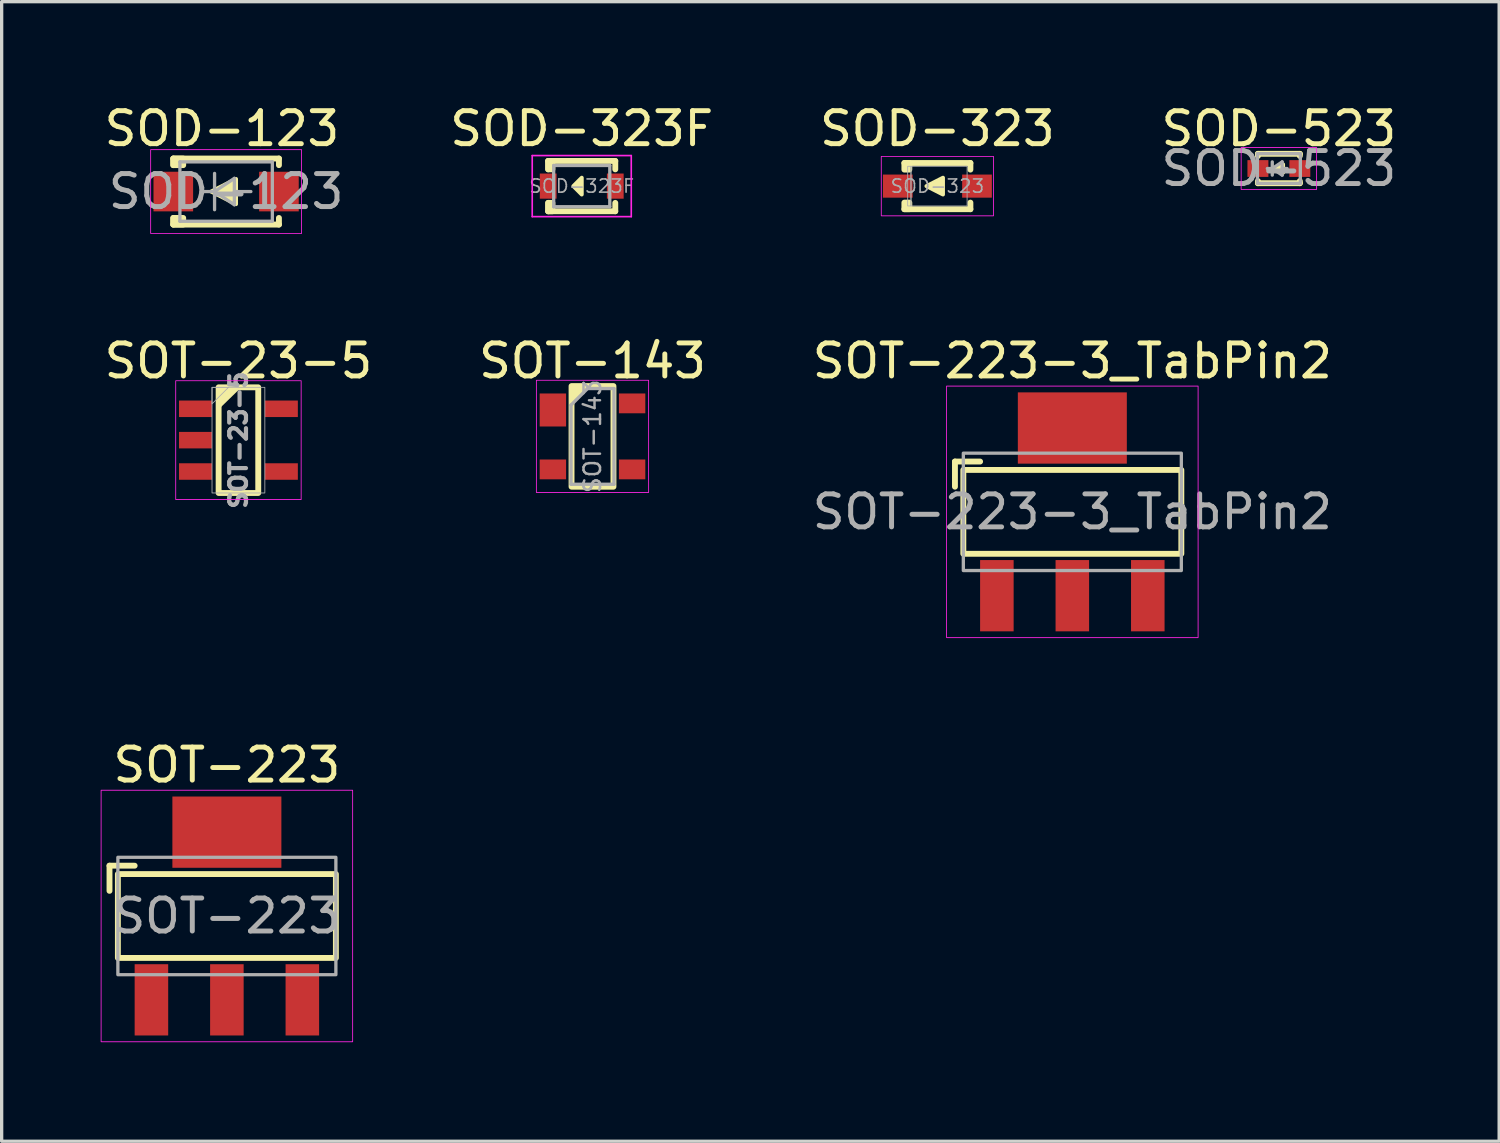
<source format=kicad_pcb>
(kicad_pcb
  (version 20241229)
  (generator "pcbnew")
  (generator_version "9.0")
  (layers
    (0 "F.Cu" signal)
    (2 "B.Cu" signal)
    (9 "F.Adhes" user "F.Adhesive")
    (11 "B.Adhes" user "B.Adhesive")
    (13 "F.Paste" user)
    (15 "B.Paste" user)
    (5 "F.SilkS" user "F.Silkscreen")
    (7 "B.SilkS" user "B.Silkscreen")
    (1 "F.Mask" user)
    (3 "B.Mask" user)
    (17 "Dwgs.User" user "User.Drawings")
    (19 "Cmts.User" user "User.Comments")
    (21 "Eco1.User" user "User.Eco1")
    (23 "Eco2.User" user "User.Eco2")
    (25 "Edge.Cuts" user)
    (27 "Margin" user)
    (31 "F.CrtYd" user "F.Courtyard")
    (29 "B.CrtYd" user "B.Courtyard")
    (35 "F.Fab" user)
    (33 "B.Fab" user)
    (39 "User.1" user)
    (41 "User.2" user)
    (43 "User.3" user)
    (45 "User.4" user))
  (footprint "SOT-143"
    (layer "F.Cu")
    (at 14.899 10.17)
    (property "Reference" "SOT-143" (at 0 -2.286 0) (layer "F.SilkS") (effects (font (size 1 1) (thickness 0.15))))
    (attr smd)
    (fp_rect (start -0.635 -1.524) (end 0.635 1.524) (stroke (width 0.178) (type solid)) (fill no) (layer "F.SilkS"))
    (fp_poly (pts (xy -0.635 -1.016) (xy -0.635 -1.524) (xy -0.127 -1.524)) (stroke (width 0.12) (type solid)) (fill yes) (layer "F.SilkS"))
    (fp_rect (start -1.7 1.7) (end 1.7 -1.7) (stroke (width 0.025) (type solid)) (fill no) (layer "F.CrtYd"))
    (fp_line (start -0.65 -0.95) (end -0.15 -1.45) (stroke (width 0.1) (type solid)) (layer "F.Fab"))
    (fp_line (start -0.65 1.45) (end -0.65 -0.95) (stroke (width 0.1) (type solid)) (layer "F.Fab"))
    (fp_line (start -0.15 -1.45) (end 0.65 -1.45) (stroke (width 0.1) (type solid)) (layer "F.Fab"))
    (fp_line (start 0.65 -1.45) (end 0.65 1.45) (stroke (width 0.1) (type solid)) (layer "F.Fab"))
    (fp_line (start 0.65 1.45) (end -0.65 1.45) (stroke (width 0.1) (type solid)) (layer "F.Fab"))
    (fp_text user "${REFERENCE}" (at 0 0 90) (layer "F.Fab") (effects (font (size 0.5 0.5) (thickness 0.075))))
    (pad "1" smd rect (at -1.2 -0.8) (size 0.8 1) (layers "F.Cu" "F.Mask" "F.Paste"))
    (pad "2" smd rect (at -1.2 1) (size 0.8 0.6) (layers "F.Cu" "F.Mask" "F.Paste"))
    (pad "3" smd rect (at 1.2 1) (size 0.8 0.6) (layers "F.Cu" "F.Mask" "F.Paste"))
    (pad "4" smd rect (at 1.2 -1) (size 0.8 0.6) (layers "F.Cu" "F.Mask" "F.Paste")))
  (footprint "SOT-223-3_TabPin2"
    (layer "F.Cu")
    (at 29.435 12.456)
    (property "Reference" "SOT-223-3_TabPin2" (at 0 -4.572 0) (unlocked yes) (layer "F.SilkS") (effects (font (size 1 1) (thickness 0.15))))
    (attr smd)
    (fp_line (start -3.556 -1.524) (end -2.794 -1.524) (stroke (width 0.178) (type solid)) (layer "F.SilkS"))
    (fp_line (start -3.556 -0.762) (end -3.556 -1.524) (stroke (width 0.178) (type solid)) (layer "F.SilkS"))
    (fp_rect (start -3.302 -1.27) (end 3.302 1.27) (stroke (width 0.178) (type solid)) (fill no) (layer "F.SilkS"))
    (fp_rect (start -3.81 -3.81) (end 3.81 3.81) (stroke (width 0.025) (type solid)) (fill no) (layer "F.CrtYd"))
    (fp_rect (start -3.302 -1.778) (end 3.302 1.778) (stroke (width 0.1) (type solid)) (fill no) (layer "F.Fab"))
    (fp_text user "${REFERENCE}" (at 0 0 0) (unlocked yes) (layer "F.Fab") (effects (font (size 1 1) (thickness 0.15))))
    (pad "1" smd rect (at -2.286 2.54) (size 1.016 2.159) (layers "F.Cu" "F.Mask" "F.Paste"))
    (pad "2" smd rect (at 0 -2.54) (size 3.302 2.159) (layers "F.Cu" "F.Mask" "F.Paste"))
    (pad "2" smd rect (at 0 2.54) (size 1.016 2.159) (layers "F.Cu" "F.Mask" "F.Paste"))
    (pad "3" smd rect (at 2.286 2.54) (size 1.016 2.159) (layers "F.Cu" "F.Mask" "F.Paste")))
  (footprint "SOT-23-5"
    (layer "F.Cu")
    (at 4.173 10.284)
    (property "Reference" "SOT-23-5" (at 0 -2.4 0) (layer "F.SilkS") (effects (font (size 1 1) (thickness 0.15))))
    (attr smd)
    (fp_rect (start -0.6 -1.6) (end 0.6 1.6) (stroke (width 0.178) (type solid)) (fill no) (layer "F.SilkS"))
    (fp_poly (pts (xy -0.6 -1.016) (xy -0.6 -1.6) (xy 0 -1.6)) (stroke (width 0.12) (type solid)) (fill yes) (layer "F.SilkS"))
    (fp_rect (start -1.9 -1.8) (end 1.9 1.8) (stroke (width 0.025) (type solid)) (fill no) (layer "F.CrtYd"))
    (fp_rect (start -0.8 -1.6) (end 0.8 1.6) (stroke (width 0.025) (type solid)) (fill no) (layer "F.Fab"))
    (fp_poly (pts (xy -0.8 -1.6) (xy -0.8 -1.1) (xy -0.3 -1.6)) (stroke (width 0.025) (type solid)) (fill no) (layer "F.Fab"))
    (fp_text user "${REFERENCE}" (at 0 0 90) (layer "F.Fab") (effects (font (size 0.508 0.508) (thickness 0.127) (bold yes))))
    (pad "1" smd rect (at -1.3 -0.95) (size 1 0.5) (layers "F.Cu" "F.Mask" "F.Paste"))
    (pad "2" smd rect (at -1.3 0) (size 1 0.5) (layers "F.Cu" "F.Mask" "F.Paste"))
    (pad "3" smd rect (at -1.3 0.95) (size 1 0.5) (layers "F.Cu" "F.Mask" "F.Paste"))
    (pad "4" smd rect (at 1.3 0.95) (size 1 0.5) (layers "F.Cu" "F.Mask" "F.Paste"))
    (pad "5" smd rect (at 1.3 -0.95) (size 1 0.5) (layers "F.Cu" "F.Mask" "F.Paste")))
  (footprint "SOD-323F"
    (layer "F.Cu")
    (at 14.573 2.588)
    (property "Reference" "SOD-323F" (at 0 -1.74 0) (layer "F.SilkS") (effects (font (size 1 1) (thickness 0.15))))
    (attr smd)
    (fp_line (start -1.016 -0.762) (end -1.016 -0.508) (stroke (width 0.178) (type solid)) (layer "F.SilkS"))
    (fp_line (start -1.016 0.508) (end -1.016 0.762) (stroke (width 0.178) (type solid)) (layer "F.SilkS"))
    (fp_line (start 1.016 -0.762) (end -1.016 -0.762) (stroke (width 0.178) (type solid)) (layer "F.SilkS"))
    (fp_line (start 1.016 -0.508) (end 1.016 -0.762) (stroke (width 0.178) (type solid)) (layer "F.SilkS"))
    (fp_line (start 1.016 0.508) (end 1.016 0.762) (stroke (width 0.178) (type solid)) (layer "F.SilkS"))
    (fp_line (start 1.016 0.762) (end -1.016 0.762) (stroke (width 0.178) (type solid)) (layer "F.SilkS"))
    (fp_rect (start -1.016 -0.762) (end -0.889 -0.508) (stroke (width 0.178) (type solid)) (fill no) (layer "F.SilkS"))
    (fp_rect (start -1.016 0.508) (end -0.889 0.762) (stroke (width 0.178) (type solid)) (fill no) (layer "F.SilkS"))
    (fp_poly (pts (xy 0 0.254) (xy -0.254 0) (xy 0 -0.254)) (stroke (width 0.12) (type solid)) (fill yes) (layer "F.SilkS"))
    (fp_line (start -1.5 -0.925) (end 1.5 -0.925) (stroke (width 0.05) (type solid)) (layer "F.CrtYd"))
    (fp_line (start -1.5 0.925) (end -1.5 -0.925) (stroke (width 0.05) (type solid)) (layer "F.CrtYd"))
    (fp_line (start 1.5 -0.925) (end 1.5 0.925) (stroke (width 0.05) (type solid)) (layer "F.CrtYd"))
    (fp_line (start 1.5 0.925) (end -1.5 0.925) (stroke (width 0.05) (type solid)) (layer "F.CrtYd"))
    (fp_line (start -0.85 -0.625) (end 0.85 -0.625) (stroke (width 0.1) (type solid)) (layer "F.Fab"))
    (fp_line (start -0.85 0.625) (end -0.85 -0.625) (stroke (width 0.1) (type solid)) (layer "F.Fab"))
    (fp_line (start -0.85 0.625) (end 0.85 0.625) (stroke (width 0.1) (type solid)) (layer "F.Fab"))
    (fp_line (start 0.85 -0.625) (end 0.85 0.625) (stroke (width 0.1) (type solid)) (layer "F.Fab"))
    (fp_text user "${REFERENCE}" (at 0 0 0) (layer "F.Fab") (effects (font (size 0.4 0.4) (thickness 0.05))))
    (pad "A" smd rect (at 1.016 0) (size 0.508 0.762) (layers "F.Cu" "F.Mask" "F.Paste"))
    (pad "K" smd rect (at -1.016 0) (size 0.508 0.762) (layers "F.Cu" "F.Mask" "F.Paste")))
  (footprint "SOD-323"
    (layer "F.Cu")
    (at 25.347 2.588)
    (property "Reference" "SOD-323" (at 0 -1.74 0) (layer "F.SilkS") (effects (font (size 1 1) (thickness 0.15))))
    (attr smd)
    (fp_line (start 1 -0.7) (end -1 -0.7) (stroke (width 0.178) (type solid)) (layer "F.SilkS"))
    (fp_line (start 1 -0.5) (end 1 -0.7) (stroke (width 0.178) (type solid)) (layer "F.SilkS"))
    (fp_line (start 1 0.5) (end 1 0.7) (stroke (width 0.178) (type solid)) (layer "F.SilkS"))
    (fp_line (start 1 0.7) (end -1 0.7) (stroke (width 0.178) (type solid)) (layer "F.SilkS"))
    (fp_rect (start -1 -0.7) (end -0.85 -0.5) (stroke (width 0.178) (type solid)) (fill no) (layer "F.SilkS"))
    (fp_rect (start -1 0.5) (end -0.85 0.7) (stroke (width 0.178) (type solid)) (fill no) (layer "F.SilkS"))
    (fp_poly (pts (xy 0.169 0.254) (xy -0.331 0) (xy 0.169 -0.254)) (stroke (width 0.12) (type solid)) (fill yes) (layer "F.SilkS"))
    (fp_rect (start -1.7 -0.9) (end 1.7 0.9) (stroke (width 0.025) (type solid)) (fill no) (layer "F.CrtYd"))
    (fp_rect (start -0.9 -0.6) (end -0.8 0.6) (stroke (width 0.025) (type solid)) (fill no) (layer "F.Fab"))
    (fp_rect (start -0.8 -0.6) (end 0.9 0.6) (stroke (width 0.025) (type solid)) (fill no) (layer "F.Fab"))
    (fp_text user "${REFERENCE}" (at 0 0 0) (layer "F.Fab") (effects (font (size 0.4 0.4) (thickness 0.05))))
    (pad "A" smd rect (at 1.2 0) (size 0.9 0.7) (layers "F.Cu" "F.Mask" "F.Paste"))
    (pad "K" smd rect (at -1.2 0) (size 0.9 0.7) (layers "F.Cu" "F.Mask" "F.Paste")))
  (footprint "SOD-123"
    (layer "F.Cu")
    (at 3.8 2.753)
    (property "Reference" "SOD-123" (at -0.127 -1.905 0) (layer "F.SilkS") (effects (font (size 1 1) (thickness 0.15))))
    (attr smd)
    (fp_line (start -1.6 -1) (end 1.6 -1) (stroke (width 0.178) (type solid)) (layer "F.SilkS"))
    (fp_line (start -1.6 -0.8) (end -1.6 -1) (stroke (width 0.178) (type solid)) (layer "F.SilkS"))
    (fp_line (start -1.6 1) (end -1.6 0.8) (stroke (width 0.178) (type solid)) (layer "F.SilkS"))
    (fp_line (start 1.6 -1) (end 1.6 -0.8) (stroke (width 0.178) (type solid)) (layer "F.SilkS"))
    (fp_line (start 1.6 0.8) (end 1.6 1) (stroke (width 0.178) (type solid)) (layer "F.SilkS"))
    (fp_line (start 1.6 1) (end -1.6 1) (stroke (width 0.178) (type solid)) (layer "F.SilkS"))
    (fp_rect (start -1.6 -1) (end -1.3 -0.8) (stroke (width 0.178) (type solid)) (fill yes) (layer "F.SilkS"))
    (fp_rect (start -1.6 0.8) (end -1.3 1) (stroke (width 0.178) (type solid)) (fill yes) (layer "F.SilkS"))
    (fp_poly (pts (xy 0.3 0.381) (xy -0.454 0) (xy 0.3 -0.381)) (stroke (width 0.12) (type solid)) (fill yes) (layer "F.SilkS"))
    (fp_rect (start -2.286 1.27) (end 2.286 -1.27) (stroke (width 0.025) (type solid)) (fill no) (layer "F.CrtYd"))
    (fp_line (start -1.4 -0.9) (end 1.4 -0.9) (stroke (width 0.1) (type solid)) (layer "F.Fab"))
    (fp_line (start -1.4 0.9) (end -1.4 -0.9) (stroke (width 0.1) (type solid)) (layer "F.Fab"))
    (fp_line (start -0.75 0) (end -0.35 0) (stroke (width 0.1) (type solid)) (layer "F.Fab"))
    (fp_line (start -0.35 0) (end -0.35 -0.55) (stroke (width 0.1) (type solid)) (layer "F.Fab"))
    (fp_line (start -0.35 0) (end -0.35 0.55) (stroke (width 0.1) (type solid)) (layer "F.Fab"))
    (fp_line (start -0.35 0) (end 0.25 -0.4) (stroke (width 0.1) (type solid)) (layer "F.Fab"))
    (fp_line (start 0.25 -0.4) (end 0.25 0.4) (stroke (width 0.1) (type solid)) (layer "F.Fab"))
    (fp_line (start 0.25 0) (end 0.75 0) (stroke (width 0.1) (type solid)) (layer "F.Fab"))
    (fp_line (start 0.25 0.4) (end -0.35 0) (stroke (width 0.1) (type solid)) (layer "F.Fab"))
    (fp_line (start 1.4 -0.9) (end 1.4 0.9) (stroke (width 0.1) (type solid)) (layer "F.Fab"))
    (fp_line (start 1.4 0.9) (end -1.4 0.9) (stroke (width 0.1) (type solid)) (layer "F.Fab"))
    (fp_text user "${REFERENCE}" (at 0 0 0) (layer "F.Fab") (effects (font (size 1 1) (thickness 0.15))))
    (pad "A" smd rect (at 1.6 0) (size 1.2 1.2) (layers "F.Cu" "F.Mask" "F.Paste"))
    (pad "K" smd rect (at -1.6 0) (size 1.2 1.2) (layers "F.Cu" "F.Mask" "F.Paste")))
  (footprint "SOD-523"
    (layer "F.Cu")
    (at 35.692 2.055)
    (property "Reference" "SOD-523" (at 0 -1.206 0) (layer "F.SilkS") (effects (font (size 1 1) (thickness 0.15))))
    (attr smd)
    (fp_line (start -0.635 -0.445) (end 0.635 -0.445) (stroke (width 0.178) (type solid)) (layer "F.SilkS"))
    (fp_line (start -0.635 -0.381) (end -0.635 -0.445) (stroke (width 0.178) (type solid)) (layer "F.SilkS"))
    (fp_line (start -0.635 0.381) (end -0.635 0.445) (stroke (width 0.178) (type solid)) (layer "F.SilkS"))
    (fp_line (start -0.635 0.445) (end 0.635 0.445) (stroke (width 0.178) (type solid)) (layer "F.SilkS"))
    (fp_line (start 0.635 -0.381) (end 0.635 -0.445) (stroke (width 0.178) (type solid)) (layer "F.SilkS"))
    (fp_line (start 0.635 0.381) (end 0.635 0.445) (stroke (width 0.178) (type solid)) (layer "F.SilkS"))
    (fp_poly (pts (xy 0.127 0.127) (xy -0.127 0) (xy 0.127 -0.127)) (stroke (width 0.12) (type solid)) (fill yes) (layer "F.SilkS"))
    (fp_rect (start -1.143 0.635) (end 1.143 -0.635) (stroke (width 0.025) (type solid)) (fill no) (layer "F.CrtYd"))
    (fp_line (start -0.65 -0.45) (end 0.65 -0.45) (stroke (width 0.1) (type solid)) (layer "F.Fab"))
    (fp_line (start -0.65 0.45) (end -0.65 -0.45) (stroke (width 0.1) (type solid)) (layer "F.Fab"))
    (fp_line (start -0.2 0) (end -0.35 0) (stroke (width 0.1) (type solid)) (layer "F.Fab"))
    (fp_line (start -0.2 0) (end 0.1 0.2) (stroke (width 0.1) (type solid)) (layer "F.Fab"))
    (fp_line (start -0.2 0.2) (end -0.2 -0.2) (stroke (width 0.1) (type solid)) (layer "F.Fab"))
    (fp_line (start 0.1 -0.2) (end -0.2 0) (stroke (width 0.1) (type solid)) (layer "F.Fab"))
    (fp_line (start 0.1 0) (end 0.25 0) (stroke (width 0.1) (type solid)) (layer "F.Fab"))
    (fp_line (start 0.1 0.2) (end 0.1 -0.2) (stroke (width 0.1) (type solid)) (layer "F.Fab"))
    (fp_line (start 0.65 -0.45) (end 0.65 0.45) (stroke (width 0.1) (type solid)) (layer "F.Fab"))
    (fp_line (start 0.65 0.45) (end -0.65 0.45) (stroke (width 0.1) (type solid)) (layer "F.Fab"))
    (fp_text user "${REFERENCE}" (at 0 0 0) (layer "F.Fab") (effects (font (size 1 1) (thickness 0.15))))
    (pad "A" smd rect (at 0.635 0 180) (size 0.635 0.508) (layers "F.Cu" "F.Mask" "F.Paste"))
    (pad "K" smd rect (at -0.635 0 180) (size 0.635 0.508) (layers "F.Cu" "F.Mask" "F.Paste")))
  (footprint "SOT-223"
    (layer "F.Cu")
    (at 3.823 24.699)
    (property "Reference" "SOT-223" (at 0 -4.572 0) (unlocked yes) (layer "F.SilkS") (effects (font (size 1 1) (thickness 0.15))))
    (attr smd)
    (fp_line (start -3.556 -1.524) (end -2.794 -1.524) (stroke (width 0.178) (type solid)) (layer "F.SilkS"))
    (fp_line (start -3.556 -0.762) (end -3.556 -1.524) (stroke (width 0.178) (type solid)) (layer "F.SilkS"))
    (fp_rect (start -3.302 -1.27) (end 3.302 1.27) (stroke (width 0.178) (type solid)) (fill no) (layer "F.SilkS"))
    (fp_rect (start -3.81 -3.81) (end 3.81 3.81) (stroke (width 0.025) (type solid)) (fill no) (layer "F.CrtYd"))
    (fp_rect (start -3.302 -1.778) (end 3.302 1.778) (stroke (width 0.1) (type solid)) (fill no) (layer "F.Fab"))
    (fp_text user "${REFERENCE}" (at 0 0 0) (unlocked yes) (layer "F.Fab") (effects (font (size 1 1) (thickness 0.15))))
    (pad "1" smd rect (at -2.286 2.54) (size 1.016 2.159) (layers "F.Cu" "F.Mask" "F.Paste"))
    (pad "2" smd rect (at 0 2.54) (size 1.016 2.159) (layers "F.Cu" "F.Mask" "F.Paste"))
    (pad "3" smd rect (at 2.286 2.54) (size 1.016 2.159) (layers "F.Cu" "F.Mask" "F.Paste"))
    (pad "4" smd rect (at 0 -2.54) (size 3.302 2.159) (layers "F.Cu" "F.Mask" "F.Paste")))
  (gr_rect
    (start -3 -3)
    (end 42.365 31.522)
    (stroke (width 0.1) (type default))
    (fill no)
    (layer "Edge.Cuts")))
</source>
